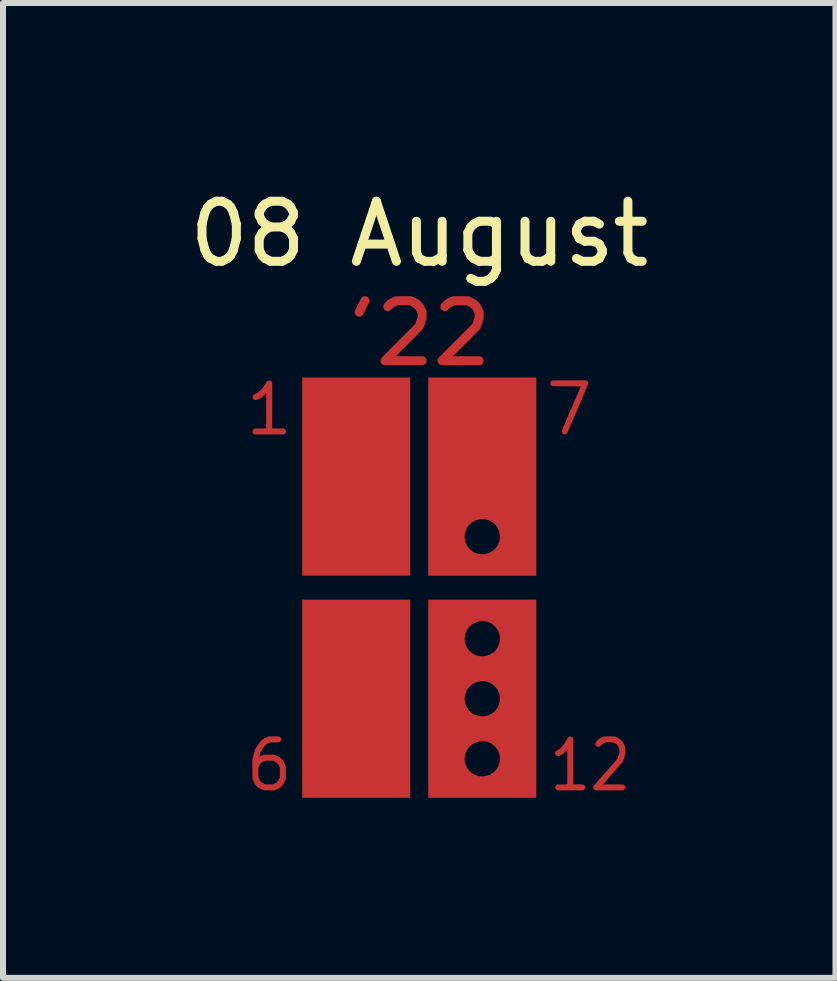
<source format=kicad_pcb>
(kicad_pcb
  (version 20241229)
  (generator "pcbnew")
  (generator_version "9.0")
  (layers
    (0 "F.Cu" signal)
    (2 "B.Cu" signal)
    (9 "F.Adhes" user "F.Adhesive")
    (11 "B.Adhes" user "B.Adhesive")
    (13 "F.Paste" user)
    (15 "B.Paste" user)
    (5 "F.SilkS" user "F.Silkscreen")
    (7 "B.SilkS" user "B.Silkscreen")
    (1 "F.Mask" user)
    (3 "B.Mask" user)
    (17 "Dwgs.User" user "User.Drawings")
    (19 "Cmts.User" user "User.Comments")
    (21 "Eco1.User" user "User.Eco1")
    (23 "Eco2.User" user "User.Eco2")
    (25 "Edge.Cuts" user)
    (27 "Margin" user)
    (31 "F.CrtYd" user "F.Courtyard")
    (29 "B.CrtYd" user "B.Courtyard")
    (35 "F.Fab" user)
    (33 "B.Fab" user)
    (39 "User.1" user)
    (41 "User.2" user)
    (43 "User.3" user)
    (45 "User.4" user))
  (footprint "08 August"
    (layer "F.Cu")
    (at 3.935 6.741)
    (property "Reference" "08 August" (at 0 -5.893 0) (unlocked yes) (layer "F.SilkS") (effects (font (size 1 1) (thickness 0.15))))
    (attr smd)
    (pad "1" smd custom (at -2.718 2.996) (size 0.01 0.01) (layers "F.Cu" "F.Mask" "F.Paste") (options (anchor circle)) (primitives (gr_poly (pts (xy 0.312 -0.518) (xy 0.329 -0.518) (xy 0.342 -0.518) (xy 0.354 -0.518) (xy 0.363 -0.517) (xy 0.37 -0.517) (xy 0.376 -0.517) (xy 0.38 -0.517) (xy 0.383 -0.516) (xy 0.385 -0.516) (xy 0.387 -0.515) (xy 0.389 -0.515) (xy 0.39 -0.514) (xy 0.399 -0.508) (xy 0.408 -0.5) (xy 0.414 -0.49) (xy 0.415 -0.489) (xy 0.417 -0.484) (xy 0.418 -0.479) (xy 0.419 -0.472) (xy 0.419 -0.468) (xy 0.418 -0.46) (xy 0.418 -0.454) (xy 0.416 -0.449) (xy 0.415 -0.447) (xy 0.408 -0.437) (xy 0.4 -0.429) (xy 0.391 -0.423) (xy 0.39 -0.422) (xy 0.388 -0.421) (xy 0.386 -0.421) (xy 0.384 -0.42) (xy 0.381 -0.42) (xy 0.376 -0.419) (xy 0.371 -0.419) (xy 0.364 -0.419) (xy 0.355 -0.418) (xy 0.344 -0.418) (xy 0.33 -0.418) (xy 0.313 -0.418) (xy 0.305 -0.418) (xy 0.227 -0.417) (xy 0.199 -0.403) (xy 0.189 -0.398) (xy 0.182 -0.394) (xy 0.176 -0.39) (xy 0.171 -0.387) (xy 0.167 -0.383) (xy 0.162 -0.379) (xy 0.157 -0.374) (xy 0.155 -0.372) (xy 0.15 -0.367) (xy 0.145 -0.362) (xy 0.141 -0.356) (xy 0.135 -0.349) (xy 0.129 -0.341) (xy 0.122 -0.331) (xy 0.114 -0.319) (xy 0.106 -0.306) (xy 0.072 -0.257) (xy 0.063 -0.219) (xy 0.06 -0.208) (xy 0.057 -0.198) (xy 0.055 -0.19) (xy 0.054 -0.184) (xy 0.053 -0.18) (xy 0.053 -0.179) (xy 0.054 -0.179) (xy 0.058 -0.18) (xy 0.064 -0.183) (xy 0.072 -0.187) (xy 0.081 -0.191) (xy 0.09 -0.195) (xy 0.128 -0.214) (xy 0.307 -0.214) (xy 0.399 -0.168) (xy 0.424 -0.143) (xy 0.449 -0.118) (xy 0.472 -0.072) (xy 0.495 -0.026) (xy 0.495 0.193) (xy 0.472 0.239) (xy 0.449 0.285) (xy 0.424 0.31) (xy 0.399 0.335) (xy 0.353 0.358) (xy 0.307 0.381) (xy 0.22 0.381) (xy 0.199 0.381) (xy 0.182 0.381) (xy 0.168 0.381) (xy 0.156 0.381) (xy 0.146 0.381) (xy 0.138 0.38) (xy 0.133 0.38) (xy 0.129 0.38) (xy 0.127 0.379) (xy 0.126 0.379) (xy 0.123 0.378) (xy 0.118 0.375) (xy 0.11 0.372) (xy 0.1 0.367) (xy 0.09 0.362) (xy 0.079 0.356) (xy 0.077 0.355) (xy 0.034 0.334) (xy 0.009 0.309) (xy -0.017 0.284) (xy -0.039 0.238) (xy -0.062 0.193) (xy -0.062 0.167) (xy 0.038 0.167) (xy 0.053 0.196) (xy 0.058 0.206) (xy 0.062 0.214) (xy 0.065 0.22) (xy 0.069 0.225) (xy 0.072 0.229) (xy 0.076 0.233) (xy 0.08 0.238) (xy 0.08 0.238) (xy 0.085 0.243) (xy 0.089 0.246) (xy 0.094 0.25) (xy 0.099 0.253) (xy 0.106 0.257) (xy 0.114 0.261) (xy 0.123 0.266) (xy 0.153 0.281) (xy 0.217 0.281) (xy 0.281 0.281) (xy 0.309 0.267) (xy 0.319 0.261) (xy 0.327 0.257) (xy 0.333 0.254) (xy 0.338 0.251) (xy 0.343 0.247) (xy 0.347 0.243) (xy 0.351 0.239) (xy 0.356 0.234) (xy 0.36 0.23) (xy 0.363 0.226) (xy 0.367 0.221) (xy 0.37 0.216) (xy 0.374 0.208) (xy 0.379 0.198) (xy 0.38 0.196) (xy 0.395 0.167) (xy 0.395 0) (xy 0.38 -0.029) (xy 0.375 -0.039) (xy 0.371 -0.047) (xy 0.367 -0.053) (xy 0.364 -0.058) (xy 0.361 -0.062) (xy 0.357 -0.066) (xy 0.353 -0.071) (xy 0.351 -0.072) (xy 0.346 -0.077) (xy 0.342 -0.081) (xy 0.337 -0.084) (xy 0.332 -0.088) (xy 0.326 -0.091) (xy 0.318 -0.095) (xy 0.309 -0.1) (xy 0.281 -0.114) (xy 0.154 -0.114) (xy 0.123 -0.099) (xy 0.113 -0.094) (xy 0.105 -0.089) (xy 0.099 -0.086) (xy 0.093 -0.083) (xy 0.089 -0.079) (xy 0.085 -0.076) (xy 0.08 -0.071) (xy 0.076 -0.067) (xy 0.072 -0.063) (xy 0.069 -0.059) (xy 0.066 -0.054) (xy 0.062 -0.048) (xy 0.058 -0.04) (xy 0.053 -0.03) (xy 0.053 -0.029) (xy 0.038 0) (xy 0.038 0.167) (xy -0.062 0.167) (xy -0.062 0.031) (xy -0.063 -0.132) (xy -0.042 -0.215) (xy -0.038 -0.231) (xy -0.034 -0.246) (xy -0.03 -0.261) (xy -0.027 -0.273) (xy -0.024 -0.284) (xy -0.022 -0.293) (xy -0.02 -0.299) (xy -0.019 -0.302) (xy -0.018 -0.303) (xy -0.017 -0.305) (xy -0.014 -0.31) (xy -0.009 -0.316) (xy -0.003 -0.325) (xy 0.003 -0.335) (xy 0.011 -0.347) (xy 0.019 -0.359) (xy 0.025 -0.367) (xy 0.034 -0.381) (xy 0.043 -0.393) (xy 0.049 -0.403) (xy 0.055 -0.411) (xy 0.06 -0.418) (xy 0.064 -0.423) (xy 0.069 -0.428) (xy 0.073 -0.433) (xy 0.077 -0.438) (xy 0.082 -0.442) (xy 0.087 -0.448) (xy 0.088 -0.449) (xy 0.111 -0.472) (xy 0.157 -0.495) (xy 0.203 -0.518) (xy 0.293 -0.518)) (width 0) (fill yes))))
    (pad "1" smd custom (at -2.515 -2.794) (size 0.01 0.01) (layers "F.Cu" "F.Mask" "F.Paste") (options (anchor circle)) (primitives (gr_poly (pts (xy 0.025 -0.658) (xy 0.037 -0.654) (xy 0.047 -0.647) (xy 0.055 -0.639) (xy 0.061 -0.629) (xy 0.065 -0.622) (xy 0.065 0.14) (xy 0.161 0.141) (xy 0.182 0.141) (xy 0.199 0.141) (xy 0.213 0.141) (xy 0.225 0.141) (xy 0.235 0.141) (xy 0.243 0.142) (xy 0.249 0.142) (xy 0.253 0.142) (xy 0.257 0.143) (xy 0.26 0.143) (xy 0.262 0.144) (xy 0.264 0.144) (xy 0.265 0.145) (xy 0.275 0.151) (xy 0.283 0.159) (xy 0.289 0.169) (xy 0.29 0.17) (xy 0.292 0.175) (xy 0.293 0.18) (xy 0.294 0.187) (xy 0.294 0.191) (xy 0.294 0.199) (xy 0.293 0.205) (xy 0.291 0.21) (xy 0.29 0.212) (xy 0.283 0.222) (xy 0.275 0.23) (xy 0.266 0.236) (xy 0.265 0.237) (xy 0.257 0.24) (xy 0.018 0.241) (xy -0.014 0.241) (xy -0.044 0.241) (xy -0.071 0.241) (xy -0.095 0.241) (xy -0.116 0.241) (xy -0.135 0.241) (xy -0.152 0.241) (xy -0.166 0.241) (xy -0.178 0.241) (xy -0.189 0.241) (xy -0.198 0.24) (xy -0.205 0.24) (xy -0.211 0.24) (xy -0.216 0.24) (xy -0.22 0.24) (xy -0.223 0.239) (xy -0.225 0.239) (xy -0.227 0.239) (xy -0.228 0.238) (xy -0.229 0.238) (xy -0.24 0.233) (xy -0.249 0.225) (xy -0.255 0.216) (xy -0.26 0.206) (xy -0.262 0.196) (xy -0.262 0.185) (xy -0.259 0.174) (xy -0.255 0.164) (xy -0.248 0.155) (xy -0.238 0.148) (xy -0.233 0.145) (xy -0.231 0.144) (xy -0.23 0.144) (xy -0.228 0.143) (xy -0.225 0.143) (xy -0.221 0.142) (xy -0.217 0.142) (xy -0.21 0.142) (xy -0.202 0.141) (xy -0.193 0.141) (xy -0.181 0.141) (xy -0.166 0.141) (xy -0.149 0.141) (xy -0.13 0.141) (xy -0.035 0.14) (xy -0.035 -0.449) (xy -0.071 -0.413) (xy -0.107 -0.377) (xy -0.198 -0.332) (xy -0.212 -0.332) (xy -0.22 -0.332) (xy -0.226 -0.333) (xy -0.231 -0.334) (xy -0.234 -0.336) (xy -0.244 -0.343) (xy -0.253 -0.352) (xy -0.258 -0.36) (xy -0.261 -0.369) (xy -0.262 -0.379) (xy -0.261 -0.39) (xy -0.259 -0.399) (xy -0.258 -0.402) (xy -0.256 -0.407) (xy -0.253 -0.411) (xy -0.249 -0.415) (xy -0.244 -0.419) (xy -0.238 -0.424) (xy -0.229 -0.428) (xy -0.219 -0.434) (xy -0.206 -0.441) (xy -0.204 -0.442) (xy -0.166 -0.461) (xy -0.131 -0.497) (xy -0.095 -0.533) (xy -0.058 -0.588) (xy -0.048 -0.603) (xy -0.04 -0.616) (xy -0.033 -0.626) (xy -0.027 -0.634) (xy -0.022 -0.64) (xy -0.018 -0.645) (xy -0.014 -0.649) (xy -0.011 -0.652) (xy -0.007 -0.654) (xy -0.003 -0.655) (xy 0.001 -0.657) (xy 0.001 -0.657) (xy 0.013 -0.659)) (width 0) (fill yes))))
    (pad "1" smd custom (at -1.448 -0.432) (size 0.01 0.01) (layers "F.Cu" "F.Mask" "F.Paste") (options (anchor circle)) (primitives (gr_poly (pts (xy 1.298 0.232) (xy -0.502 0.232) (xy -0.502 -3.069) (xy 1.298 -3.069)) (width 0) (fill yes))))
    (pad "1" smd custom (at -1.448 3.268) (size 0.01 0.01) (layers "F.Cu" "F.Mask" "F.Paste") (options (anchor circle)) (primitives (gr_poly (pts (xy 1.298 0.232) (xy -0.502 0.232) (xy -0.502 -3.069) (xy 1.298 -3.069)) (width 0) (fill yes))))
    (pad "1" smd custom (at -0.914 -4.75) (size 0.01 0.01) (layers "F.Cu" "F.Mask" "F.Paste") (options (anchor circle)) (primitives (gr_poly (pts (xy 0.028 -0.104) (xy 0.043 -0.099) (xy 0.057 -0.09) (xy 0.063 -0.085) (xy 0.074 -0.071) (xy 0.08 -0.057) (xy 0.083 -0.04) (xy 0.084 -0.031) (xy 0.084 -0.012) (xy 0.03 0.095) (xy 0.017 0.122) (xy 0.005 0.144) (xy -0.004 0.163) (xy -0.013 0.178) (xy -0.02 0.191) (xy -0.026 0.201) (xy -0.031 0.208) (xy -0.036 0.214) (xy -0.04 0.219) (xy -0.045 0.222) (xy -0.05 0.225) (xy -0.055 0.228) (xy -0.056 0.228) (xy -0.068 0.232) (xy -0.082 0.234) (xy -0.097 0.234) (xy -0.109 0.231) (xy -0.109 0.231) (xy -0.126 0.223) (xy -0.14 0.212) (xy -0.151 0.197) (xy -0.159 0.181) (xy -0.162 0.163) (xy -0.162 0.152) (xy -0.16 0.146) (xy -0.157 0.137) (xy -0.151 0.124) (xy -0.144 0.109) (xy -0.136 0.091) (xy -0.127 0.072) (xy -0.117 0.052) (xy -0.107 0.031) (xy -0.097 0.011) (xy -0.086 -0.009) (xy -0.077 -0.028) (xy -0.067 -0.045) (xy -0.059 -0.06) (xy -0.052 -0.072) (xy -0.047 -0.08) (xy -0.043 -0.085) (xy -0.031 -0.095) (xy -0.018 -0.102) (xy -0.003 -0.105) (xy 0.01 -0.106)) (width 0) (fill yes))))
    (pad "1" smd custom (at 0.076 -4.572) (size 0.01 0.01) (layers "F.Cu" "F.Mask" "F.Paste") (options (anchor circle)) (primitives (gr_poly (pts (xy -0.263 -0.284) (xy -0.244 -0.284) (xy -0.229 -0.284) (xy -0.218 -0.283) (xy -0.209 -0.283) (xy -0.203 -0.282) (xy -0.199 -0.282) (xy -0.199 -0.282) (xy -0.194 -0.28) (xy -0.185 -0.276) (xy -0.173 -0.27) (xy -0.16 -0.263) (xy -0.145 -0.256) (xy -0.136 -0.251) (xy -0.083 -0.224) (xy -0.014 -0.155) (xy 0.014 -0.102) (xy 0.021 -0.086) (xy 0.029 -0.072) (xy 0.035 -0.059) (xy 0.04 -0.048) (xy 0.043 -0.041) (xy 0.044 -0.039) (xy 0.045 -0.033) (xy 0.046 -0.025) (xy 0.046 -0.014) (xy 0.047 0.001) (xy 0.047 0.021) (xy 0.046 0.033) (xy 0.046 0.095) (xy 0.02 0.168) (xy 0.014 0.187) (xy 0.008 0.204) (xy 0.002 0.22) (xy -0.003 0.233) (xy -0.006 0.243) (xy -0.009 0.25) (xy -0.009 0.251) (xy -0.011 0.254) (xy -0.014 0.258) (xy -0.02 0.264) (xy -0.027 0.272) (xy -0.037 0.283) (xy -0.05 0.296) (xy -0.064 0.311) (xy -0.082 0.329) (xy -0.102 0.35) (xy -0.125 0.373) (xy -0.152 0.399) (xy -0.181 0.429) (xy -0.214 0.462) (xy -0.24 0.488) (xy -0.466 0.715) (xy -0.237 0.716) (xy -0.199 0.716) (xy -0.165 0.716) (xy -0.135 0.716) (xy -0.109 0.716) (xy -0.087 0.716) (xy -0.068 0.716) (xy -0.052 0.716) (xy -0.039 0.717) (xy -0.029 0.717) (xy -0.021 0.717) (xy -0.014 0.718) (xy -0.009 0.718) (xy -0.006 0.719) (xy -0.003 0.719) (xy -0.000429 0.72) (xy 0.002 0.721) (xy 0.003 0.722) (xy 0.017 0.73) (xy 0.029 0.743) (xy 0.039 0.757) (xy 0.04 0.758) (xy 0.043 0.766) (xy 0.045 0.775) (xy 0.046 0.785) (xy 0.046 0.79) (xy 0.045 0.802) (xy 0.044 0.811) (xy 0.041 0.819) (xy 0.04 0.822) (xy 0.03 0.837) (xy 0.018 0.85) (xy 0.004 0.859) (xy 0.003 0.859) (xy -0.009 0.865) (xy -0.334 0.865) (xy -0.381 0.865) (xy -0.423 0.865) (xy -0.461 0.865) (xy -0.495 0.865) (xy -0.524 0.865) (xy -0.55 0.865) (xy -0.573 0.865) (xy -0.592 0.865) (xy -0.609 0.865) (xy -0.623 0.865) (xy -0.635 0.865) (xy -0.644 0.864) (xy -0.652 0.864) (xy -0.658 0.864) (xy -0.662 0.863) (xy -0.666 0.863) (xy -0.669 0.862) (xy -0.671 0.862) (xy -0.672 0.861) (xy -0.689 0.853) (xy -0.702 0.842) (xy -0.713 0.827) (xy -0.719 0.811) (xy -0.722 0.793) (xy -0.721 0.775) (xy -0.715 0.758) (xy -0.714 0.756) (xy -0.712 0.753) (xy -0.708 0.748) (xy -0.703 0.743) (xy -0.697 0.736) (xy -0.689 0.727) (xy -0.679 0.717) (xy -0.667 0.704) (xy -0.653 0.69) (xy -0.637 0.674) (xy -0.618 0.655) (xy -0.597 0.633) (xy -0.573 0.609) (xy -0.547 0.582) (xy -0.517 0.553) (xy -0.484 0.52) (xy -0.448 0.484) (xy -0.426 0.461) (xy -0.142 0.177) (xy -0.104 0.063) (xy -0.104 0.032) (xy -0.104 0.001) (xy -0.12 -0.031) (xy -0.128 -0.045) (xy -0.134 -0.057) (xy -0.141 -0.066) (xy -0.148 -0.074) (xy -0.154 -0.081) (xy -0.162 -0.089) (xy -0.17 -0.095) (xy -0.178 -0.101) (xy -0.187 -0.107) (xy -0.2 -0.114) (xy -0.205 -0.116) (xy -0.239 -0.134) (xy -0.438 -0.134) (xy -0.471 -0.117) (xy -0.484 -0.111) (xy -0.494 -0.105) (xy -0.503 -0.099) (xy -0.511 -0.093) (xy -0.52 -0.085) (xy -0.53 -0.075) (xy -0.544 -0.062) (xy -0.555 -0.053) (xy -0.564 -0.046) (xy -0.574 -0.042) (xy -0.583 -0.04) (xy -0.594 -0.039) (xy -0.6 -0.038) (xy -0.618 -0.04) (xy -0.633 -0.045) (xy -0.647 -0.054) (xy -0.653 -0.059) (xy -0.664 -0.073) (xy -0.671 -0.087) (xy -0.674 -0.104) (xy -0.674 -0.113) (xy -0.674 -0.123) (xy -0.673 -0.133) (xy -0.67 -0.141) (xy -0.666 -0.149) (xy -0.659 -0.158) (xy -0.65 -0.169) (xy -0.638 -0.181) (xy -0.629 -0.191) (xy -0.595 -0.224) (xy -0.536 -0.254) (xy -0.476 -0.283) (xy -0.343 -0.284) (xy -0.312 -0.284) (xy -0.285 -0.284)) (width 0) (fill yes))))
    (pad "1" smd custom (at 0.381 1.016) (size 0.2 0.2) (layers "F.Cu" "F.Mask" "F.Paste") (options (anchor circle)) (primitives (gr_poly (pts (xy 1.569 2.485) (xy -0.231 2.485) (xy -0.231 1.834) (xy 0.375 1.834) (xy 0.384 1.909) (xy 0.409 1.975) (xy 0.448 2.031) (xy 0.499 2.076) (xy 0.558 2.108) (xy 0.625 2.126) (xy 0.695 2.127) (xy 0.767 2.111) (xy 0.794 2.101) (xy 0.856 2.062) (xy 0.904 2.012) (xy 0.938 1.953) (xy 0.958 1.887) (xy 0.963 1.819) (xy 0.952 1.751) (xy 0.925 1.687) (xy 0.881 1.629) (xy 0.878 1.626) (xy 0.82 1.58) (xy 0.756 1.552) (xy 0.69 1.541) (xy 0.625 1.544) (xy 0.561 1.562) (xy 0.503 1.593) (xy 0.453 1.635) (xy 0.413 1.689) (xy 0.387 1.753) (xy 0.375 1.825) (xy 0.375 1.834) (xy -0.231 1.834) (xy -0.231 0.834) (xy 0.375 0.834) (xy 0.384 0.908) (xy 0.409 0.974) (xy 0.448 1.031) (xy 0.499 1.076) (xy 0.558 1.108) (xy 0.625 1.125) (xy 0.695 1.127) (xy 0.767 1.111) (xy 0.794 1.1) (xy 0.856 1.062) (xy 0.904 1.012) (xy 0.938 0.952) (xy 0.958 0.887) (xy 0.963 0.819) (xy 0.952 0.751) (xy 0.925 0.686) (xy 0.881 0.629) (xy 0.878 0.625) (xy 0.82 0.58) (xy 0.756 0.552) (xy 0.69 0.54) (xy 0.625 0.544) (xy 0.561 0.561) (xy 0.503 0.592) (xy 0.453 0.635) (xy 0.413 0.689) (xy 0.387 0.752) (xy 0.375 0.825) (xy 0.375 0.834) (xy -0.231 0.834) (xy -0.231 -0.166) (xy 0.375 -0.166) (xy 0.384 -0.092) (xy 0.409 -0.026) (xy 0.448 0.03) (xy 0.499 0.075) (xy 0.558 0.107) (xy 0.625 0.125) (xy 0.695 0.127) (xy 0.767 0.111) (xy 0.794 0.1) (xy 0.856 0.062) (xy 0.904 0.011) (xy 0.938 -0.048) (xy 0.958 -0.114) (xy 0.963 -0.182) (xy 0.952 -0.25) (xy 0.925 -0.314) (xy 0.881 -0.372) (xy 0.878 -0.375) (xy 0.82 -0.421) (xy 0.756 -0.449) (xy 0.69 -0.46) (xy 0.625 -0.457) (xy 0.561 -0.439) (xy 0.503 -0.408) (xy 0.453 -0.365) (xy 0.413 -0.312) (xy 0.387 -0.248) (xy 0.375 -0.176) (xy 0.375 -0.166) (xy -0.231 -0.166) (xy -0.231 -0.817) (xy 1.569 -0.817)) (width 0) (fill yes))))
    (pad "1" smd custom (at 0.627 -0.381) (size 0.01 0.01) (layers "F.Cu" "F.Mask" "F.Paste") (options (anchor circle)) (primitives (gr_poly (pts (xy -0.477 -3.12) (xy 1.323 -3.12) (xy 1.323 -0.469) (xy 0.717 -0.469) (xy 0.708 -0.543) (xy 0.683 -0.609) (xy 0.644 -0.665) (xy 0.593 -0.71) (xy 0.534 -0.742) (xy 0.468 -0.76) (xy 0.397 -0.762) (xy 0.325 -0.746) (xy 0.298 -0.735) (xy 0.237 -0.697) (xy 0.188 -0.646) (xy 0.154 -0.587) (xy 0.134 -0.521) (xy 0.129 -0.453) (xy 0.14 -0.385) (xy 0.167 -0.321) (xy 0.211 -0.263) (xy 0.214 -0.26) (xy 0.272 -0.214) (xy 0.336 -0.186) (xy 0.402 -0.175) (xy 0.468 -0.178) (xy 0.531 -0.196) (xy 0.589 -0.227) (xy 0.639 -0.27) (xy 0.679 -0.323) (xy 0.706 -0.387) (xy 0.717 -0.459) (xy 0.717 -0.469) (xy 1.323 -0.469) (xy 1.323 0.182) (xy -0.477 0.182)) (width 0) (fill yes))))
    (pad "1" smd custom (at 0.965 -4.724) (size 0.01 0.01) (layers "F.Cu" "F.Mask" "F.Paste") (options (anchor circle)) (primitives (gr_poly (pts (xy -0.308 -0.132) (xy -0.277 -0.132) (xy -0.272 -0.132) (xy -0.138 -0.131) (xy -0.079 -0.101) (xy -0.019 -0.072) (xy 0.015 -0.037) (xy 0.05 -0.002) (xy 0.078 0.055) (xy 0.107 0.113) (xy 0.108 0.177) (xy 0.108 0.241) (xy 0.082 0.321) (xy 0.076 0.34) (xy 0.069 0.358) (xy 0.064 0.375) (xy 0.059 0.388) (xy 0.055 0.399) (xy 0.053 0.406) (xy 0.052 0.408) (xy 0.05 0.411) (xy 0.044 0.417) (xy 0.036 0.426) (xy 0.024 0.438) (xy 0.01 0.452) (xy -0.006 0.469) (xy -0.025 0.488) (xy -0.046 0.509) (xy -0.069 0.532) (xy -0.093 0.557) (xy -0.118 0.582) (xy -0.145 0.609) (xy -0.173 0.637) (xy -0.177 0.642) (xy -0.403 0.867) (xy -0.175 0.868) (xy -0.136 0.868) (xy -0.102 0.868) (xy -0.073 0.868) (xy -0.047 0.868) (xy -0.025 0.869) (xy -0.006 0.869) (xy 0.009 0.869) (xy 0.022 0.869) (xy 0.032 0.869) (xy 0.041 0.87) (xy 0.047 0.87) (xy 0.052 0.871) (xy 0.056 0.871) (xy 0.058 0.872) (xy 0.061 0.873) (xy 0.063 0.873) (xy 0.064 0.874) (xy 0.078 0.883) (xy 0.091 0.895) (xy 0.1 0.91) (xy 0.101 0.911) (xy 0.105 0.925) (xy 0.107 0.941) (xy 0.106 0.957) (xy 0.102 0.972) (xy 0.101 0.975) (xy 0.091 0.989) (xy 0.079 1.002) (xy 0.065 1.011) (xy 0.064 1.012) (xy 0.052 1.017) (xy -0.273 1.018) (xy -0.32 1.018) (xy -0.362 1.018) (xy -0.4 1.018) (xy -0.433 1.018) (xy -0.463 1.018) (xy -0.489 1.018) (xy -0.512 1.018) (xy -0.531 1.018) (xy -0.548 1.017) (xy -0.562 1.017) (xy -0.573 1.017) (xy -0.583 1.017) (xy -0.591 1.017) (xy -0.597 1.016) (xy -0.601 1.016) (xy -0.605 1.015) (xy -0.608 1.015) (xy -0.61 1.014) (xy -0.611 1.014) (xy -0.627 1.006) (xy -0.641 0.994) (xy -0.651 0.98) (xy -0.658 0.963) (xy -0.661 0.946) (xy -0.66 0.928) (xy -0.654 0.91) (xy -0.652 0.908) (xy -0.65 0.904) (xy -0.645 0.899) (xy -0.639 0.892) (xy -0.631 0.884) (xy -0.621 0.873) (xy -0.609 0.861) (xy -0.595 0.846) (xy -0.578 0.829) (xy -0.559 0.81) (xy -0.538 0.788) (xy -0.513 0.763) (xy -0.486 0.736) (xy -0.455 0.705) (xy -0.422 0.671) (xy -0.385 0.634) (xy -0.364 0.614) (xy -0.08 0.329) (xy -0.061 0.274) (xy -0.043 0.218) (xy -0.043 0.152) (xy -0.059 0.12) (xy -0.069 0.1) (xy -0.079 0.084) (xy -0.09 0.071) (xy -0.102 0.06) (xy -0.116 0.05) (xy -0.134 0.04) (xy -0.142 0.036) (xy -0.176 0.019) (xy -0.376 0.019) (xy -0.41 0.036) (xy -0.424 0.044) (xy -0.435 0.049) (xy -0.443 0.055) (xy -0.451 0.061) (xy -0.46 0.069) (xy -0.47 0.078) (xy -0.47 0.078) (xy -0.483 0.091) (xy -0.494 0.1) (xy -0.504 0.107) (xy -0.514 0.111) (xy -0.524 0.113) (xy -0.536 0.114) (xy -0.539 0.114) (xy -0.557 0.112) (xy -0.572 0.107) (xy -0.586 0.099) (xy -0.592 0.093) (xy -0.603 0.08) (xy -0.61 0.065) (xy -0.613 0.049) (xy -0.613 0.04) (xy -0.613 0.03) (xy -0.611 0.021) (xy -0.609 0.012) (xy -0.604 0.004) (xy -0.598 -0.005) (xy -0.588 -0.015) (xy -0.576 -0.028) (xy -0.566 -0.038) (xy -0.531 -0.072) (xy -0.479 -0.099) (xy -0.463 -0.107) (xy -0.449 -0.114) (xy -0.436 -0.12) (xy -0.425 -0.125) (xy -0.418 -0.128) (xy -0.416 -0.129) (xy -0.412 -0.13) (xy -0.406 -0.13) (xy -0.398 -0.131) (xy -0.387 -0.131) (xy -0.373 -0.132) (xy -0.355 -0.132) (xy -0.333 -0.132)) (width 0) (fill yes))))
    (pad "1" smd custom (at 2.667 3.353) (size 0.01 0.01) (layers "F.Cu" "F.Mask" "F.Paste") (options (anchor circle)) (primitives (gr_poly (pts (xy -0.137 -0.873) (xy -0.126 -0.868) (xy -0.117 -0.862) (xy -0.109 -0.853) (xy -0.105 -0.846) (xy -0.101 -0.838) (xy -0.101 -0.457) (xy -0.1 -0.076) (xy 0.062 -0.075) (xy 0.071 -0.071) (xy 0.081 -0.064) (xy 0.09 -0.054) (xy 0.095 -0.047) (xy 0.097 -0.041) (xy 0.098 -0.036) (xy 0.099 -0.029) (xy 0.099 -0.025) (xy 0.099 -0.018) (xy 0.098 -0.012) (xy 0.096 -0.007) (xy 0.095 -0.004) (xy 0.088 0.007) (xy 0.078 0.015) (xy 0.071 0.02) (xy 0.062 0.024) (xy -0.149 0.024) (xy -0.181 0.024) (xy -0.21 0.024) (xy -0.236 0.024) (xy -0.259 0.024) (xy -0.279 0.024) (xy -0.297 0.024) (xy -0.312 0.024) (xy -0.325 0.024) (xy -0.336 0.024) (xy -0.345 0.024) (xy -0.353 0.024) (xy -0.358 0.023) (xy -0.362 0.023) (xy -0.365 0.023) (xy -0.367 0.023) (xy -0.367 0.023) (xy -0.378 0.018) (xy -0.387 0.01) (xy -0.394 0.002) (xy -0.399 -0.008) (xy -0.402 -0.019) (xy -0.402 -0.03) (xy -0.4 -0.041) (xy -0.395 -0.051) (xy -0.388 -0.06) (xy -0.379 -0.068) (xy -0.373 -0.071) (xy -0.365 -0.075) (xy -0.283 -0.075) (xy -0.201 -0.076) (xy -0.201 -0.364) (xy -0.201 -0.395) (xy -0.201 -0.424) (xy -0.201 -0.453) (xy -0.201 -0.48) (xy -0.201 -0.506) (xy -0.201 -0.531) (xy -0.201 -0.553) (xy -0.201 -0.574) (xy -0.201 -0.593) (xy -0.201 -0.609) (xy -0.201 -0.623) (xy -0.201 -0.635) (xy -0.201 -0.643) (xy -0.202 -0.649) (xy -0.202 -0.652) (xy -0.202 -0.652) (xy -0.203 -0.651) (xy -0.206 -0.648) (xy -0.211 -0.643) (xy -0.216 -0.636) (xy -0.223 -0.628) (xy -0.226 -0.625) (xy -0.233 -0.617) (xy -0.239 -0.61) (xy -0.245 -0.604) (xy -0.25 -0.599) (xy -0.252 -0.596) (xy -0.253 -0.596) (xy -0.256 -0.593) (xy -0.262 -0.59) (xy -0.269 -0.586) (xy -0.278 -0.581) (xy -0.288 -0.575) (xy -0.298 -0.569) (xy -0.308 -0.564) (xy -0.317 -0.559) (xy -0.325 -0.555) (xy -0.332 -0.551) (xy -0.337 -0.549) (xy -0.338 -0.549) (xy -0.35 -0.547) (xy -0.361 -0.548) (xy -0.373 -0.551) (xy -0.383 -0.558) (xy -0.392 -0.566) (xy -0.398 -0.575) (xy -0.401 -0.585) (xy -0.402 -0.595) (xy -0.401 -0.606) (xy -0.399 -0.615) (xy -0.398 -0.618) (xy -0.395 -0.623) (xy -0.392 -0.627) (xy -0.387 -0.632) (xy -0.381 -0.636) (xy -0.374 -0.641) (xy -0.364 -0.647) (xy -0.352 -0.655) (xy -0.349 -0.656) (xy -0.316 -0.675) (xy -0.288 -0.708) (xy -0.259 -0.741) (xy -0.225 -0.799) (xy -0.216 -0.814) (xy -0.209 -0.826) (xy -0.202 -0.836) (xy -0.198 -0.844) (xy -0.193 -0.85) (xy -0.19 -0.855) (xy -0.187 -0.859) (xy -0.185 -0.861) (xy -0.183 -0.863) (xy -0.182 -0.864) (xy -0.172 -0.87) (xy -0.16 -0.874) (xy -0.149 -0.875)) (width 0) (fill yes))))
    (pad "1" smd custom (at 2.692 -3.251) (size 0.01 0.01) (layers "F.Cu" "F.Mask" "F.Paste") (options (anchor circle)) (primitives (gr_poly (pts (xy -0.139 -0.204) (xy -0.094 -0.204) (xy -0.055 -0.204) (xy -0.022 -0.204) (xy 0.006 -0.204) (xy 0.028 -0.204) (xy 0.047 -0.203) (xy 0.062 -0.203) (xy 0.073 -0.202) (xy 0.082 -0.202) (xy 0.088 -0.201) (xy 0.093 -0.2) (xy 0.096 -0.199) (xy 0.099 -0.198) (xy 0.099 -0.197) (xy 0.112 -0.187) (xy 0.121 -0.173) (xy 0.125 -0.157) (xy 0.125 -0.155) (xy 0.124 -0.15) (xy 0.12 -0.14) (xy 0.113 -0.123) (xy 0.104 -0.101) (xy 0.093 -0.075) (xy 0.08 -0.044) (xy 0.066 -0.01) (xy 0.05 0.028) (xy 0.033 0.068) (xy 0.015 0.111) (xy -0.004 0.155) (xy -0.023 0.201) (xy -0.043 0.247) (xy -0.063 0.293) (xy -0.082 0.339) (xy -0.102 0.384) (xy -0.12 0.428) (xy -0.138 0.47) (xy -0.155 0.509) (xy -0.171 0.546) (xy -0.186 0.579) (xy -0.198 0.608) (xy -0.209 0.632) (xy -0.218 0.652) (xy -0.224 0.666) (xy -0.228 0.674) (xy -0.229 0.676) (xy -0.238 0.685) (xy -0.251 0.692) (xy -0.266 0.696) (xy -0.27 0.696) (xy -0.28 0.694) (xy -0.292 0.69) (xy -0.293 0.689) (xy -0.306 0.679) (xy -0.315 0.664) (xy -0.319 0.648) (xy -0.319 0.646) (xy -0.318 0.641) (xy -0.313 0.63) (xy -0.306 0.612) (xy -0.297 0.589) (xy -0.286 0.561) (xy -0.272 0.529) (xy -0.256 0.492) (xy -0.239 0.451) (xy -0.22 0.406) (xy -0.2 0.359) (xy -0.178 0.308) (xy -0.16 0.266) (xy -0.001 -0.102) (xy -0.239 -0.104) (xy -0.288 -0.105) (xy -0.331 -0.105) (xy -0.367 -0.105) (xy -0.397 -0.106) (xy -0.422 -0.106) (xy -0.442 -0.107) (xy -0.458 -0.108) (xy -0.471 -0.109) (xy -0.48 -0.111) (xy -0.487 -0.113) (xy -0.492 -0.116) (xy -0.495 -0.119) (xy -0.498 -0.122) (xy -0.5 -0.127) (xy -0.502 -0.132) (xy -0.502 -0.132) (xy -0.507 -0.15) (xy -0.506 -0.168) (xy -0.498 -0.184) (xy -0.485 -0.196) (xy -0.482 -0.197) (xy -0.479 -0.199) (xy -0.476 -0.2) (xy -0.471 -0.201) (xy -0.465 -0.201) (xy -0.457 -0.202) (xy -0.446 -0.203) (xy -0.431 -0.203) (xy -0.413 -0.203) (xy -0.391 -0.204) (xy -0.364 -0.204) (xy -0.331 -0.204) (xy -0.293 -0.204) (xy -0.248 -0.204) (xy -0.197 -0.204) (xy -0.191 -0.204)) (width 0) (fill yes))))
    (pad "1" smd custom (at 3.277 3.327) (size 0.01 0.01) (layers "F.Cu" "F.Mask" "F.Paste") (options (anchor circle)) (primitives (gr_poly (pts (xy -0.089 -0.85) (xy -0.074 -0.85) (xy -0.06 -0.849) (xy -0.047 -0.849) (xy -0.035 -0.849) (xy -0.026 -0.849) (xy -0.019 -0.848) (xy -0.014 -0.848) (xy -0.014 -0.848) (xy -0.011 -0.847) (xy -0.005 -0.844) (xy 0.003 -0.84) (xy 0.012 -0.835) (xy 0.022 -0.829) (xy 0.032 -0.824) (xy 0.072 -0.801) (xy 0.091 -0.78) (xy 0.098 -0.772) (xy 0.104 -0.765) (xy 0.109 -0.759) (xy 0.113 -0.755) (xy 0.114 -0.752) (xy 0.116 -0.749) (xy 0.119 -0.744) (xy 0.123 -0.736) (xy 0.127 -0.727) (xy 0.132 -0.716) (xy 0.137 -0.705) (xy 0.138 -0.704) (xy 0.156 -0.661) (xy 0.157 -0.613) (xy 0.157 -0.565) (xy 0.139 -0.5) (xy 0.134 -0.483) (xy 0.13 -0.468) (xy 0.126 -0.456) (xy 0.123 -0.446) (xy 0.12 -0.439) (xy 0.118 -0.434) (xy 0.116 -0.43) (xy 0.116 -0.429) (xy 0.114 -0.427) (xy 0.111 -0.423) (xy 0.105 -0.416) (xy 0.098 -0.408) (xy 0.088 -0.397) (xy 0.078 -0.385) (xy 0.066 -0.371) (xy 0.052 -0.356) (xy 0.038 -0.339) (xy 0.022 -0.321) (xy 0.005 -0.302) (xy -0.012 -0.282) (xy -0.03 -0.261) (xy -0.049 -0.24) (xy -0.052 -0.236) (xy -0.216 -0.05) (xy -0.048 -0.05) (xy -0.021 -0.05) (xy 0.003 -0.05) (xy 0.025 -0.05) (xy 0.043 -0.05) (xy 0.059 -0.05) (xy 0.073 -0.05) (xy 0.084 -0.049) (xy 0.094 -0.049) (xy 0.102 -0.049) (xy 0.108 -0.049) (xy 0.113 -0.049) (xy 0.117 -0.048) (xy 0.12 -0.048) (xy 0.123 -0.048) (xy 0.124 -0.047) (xy 0.126 -0.047) (xy 0.127 -0.046) (xy 0.128 -0.046) (xy 0.137 -0.04) (xy 0.145 -0.032) (xy 0.152 -0.022) (xy 0.152 -0.021) (xy 0.155 -0.012) (xy 0.157 -0.001) (xy 0.156 0.01) (xy 0.153 0.019) (xy 0.152 0.021) (xy 0.146 0.031) (xy 0.138 0.039) (xy 0.128 0.046) (xy 0.128 0.046) (xy 0.12 0.049) (xy -0.108 0.05) (xy -0.141 0.05) (xy -0.171 0.05) (xy -0.197 0.05) (xy -0.221 0.05) (xy -0.242 0.05) (xy -0.261 0.05) (xy -0.277 0.05) (xy -0.292 0.05) (xy -0.304 0.05) (xy -0.314 0.049) (xy -0.322 0.049) (xy -0.329 0.049) (xy -0.334 0.049) (xy -0.338 0.049) (xy -0.341 0.048) (xy -0.342 0.048) (xy -0.343 0.048) (xy -0.354 0.043) (xy -0.363 0.035) (xy -0.371 0.026) (xy -0.376 0.015) (xy -0.378 0.003) (xy -0.378 -0.000019) (xy -0.377 -0.01) (xy -0.374 -0.02) (xy -0.369 -0.028) (xy -0.368 -0.029) (xy -0.367 -0.031) (xy -0.364 -0.035) (xy -0.358 -0.041) (xy -0.351 -0.049) (xy -0.342 -0.059) (xy -0.332 -0.071) (xy -0.32 -0.084) (xy -0.308 -0.099) (xy -0.293 -0.115) (xy -0.279 -0.132) (xy -0.263 -0.15) (xy -0.246 -0.169) (xy -0.229 -0.188) (xy -0.212 -0.208) (xy -0.194 -0.229) (xy -0.176 -0.249) (xy -0.158 -0.27) (xy -0.14 -0.29) (xy -0.122 -0.31) (xy -0.105 -0.33) (xy -0.088 -0.349) (xy -0.072 -0.368) (xy -0.056 -0.385) (xy -0.041 -0.402) (xy -0.028 -0.417) (xy -0.016 -0.431) (xy -0.005 -0.444) (xy 0.005 -0.455) (xy 0.013 -0.464) (xy 0.019 -0.471) (xy 0.024 -0.476) (xy 0.025 -0.477) (xy 0.027 -0.48) (xy 0.029 -0.485) (xy 0.031 -0.493) (xy 0.034 -0.503) (xy 0.038 -0.514) (xy 0.042 -0.527) (xy 0.042 -0.529) (xy 0.056 -0.578) (xy 0.056 -0.637) (xy 0.044 -0.666) (xy 0.039 -0.677) (xy 0.036 -0.685) (xy 0.032 -0.691) (xy 0.029 -0.696) (xy 0.026 -0.7) (xy 0.023 -0.704) (xy 0.019 -0.709) (xy 0.014 -0.714) (xy 0.01 -0.718) (xy 0.005 -0.722) (xy -0.001 -0.726) (xy -0.008 -0.73) (xy -0.017 -0.735) (xy -0.041 -0.749) (xy -0.18 -0.749) (xy -0.204 -0.735) (xy -0.213 -0.73) (xy -0.22 -0.726) (xy -0.225 -0.722) (xy -0.23 -0.719) (xy -0.234 -0.714) (xy -0.24 -0.708) (xy -0.245 -0.702) (xy -0.254 -0.693) (xy -0.262 -0.686) (xy -0.268 -0.68) (xy -0.275 -0.677) (xy -0.281 -0.675) (xy -0.289 -0.674) (xy -0.294 -0.674) (xy -0.307 -0.675) (xy -0.317 -0.678) (xy -0.326 -0.684) (xy -0.33 -0.688) (xy -0.337 -0.697) (xy -0.342 -0.707) (xy -0.344 -0.719) (xy -0.344 -0.723) (xy -0.344 -0.729) (xy -0.343 -0.735) (xy -0.341 -0.741) (xy -0.338 -0.747) (xy -0.333 -0.753) (xy -0.327 -0.761) (xy -0.319 -0.771) (xy -0.314 -0.777) (xy -0.292 -0.801) (xy -0.253 -0.824) (xy -0.242 -0.83) (xy -0.232 -0.835) (xy -0.223 -0.84) (xy -0.216 -0.844) (xy -0.21 -0.847) (xy -0.207 -0.848) (xy -0.204 -0.848) (xy -0.198 -0.849) (xy -0.189 -0.849) (xy -0.178 -0.849) (xy -0.166 -0.849) (xy -0.152 -0.85) (xy -0.137 -0.85) (xy -0.121 -0.85) (xy -0.105 -0.85)) (width 0) (fill yes)))))
  (gr_rect
    (start -3 -3)
    (end 10.869 13.242)
    (stroke (width 0.1) (type default))
    (fill no)
    (layer "Edge.Cuts")))
</source>
